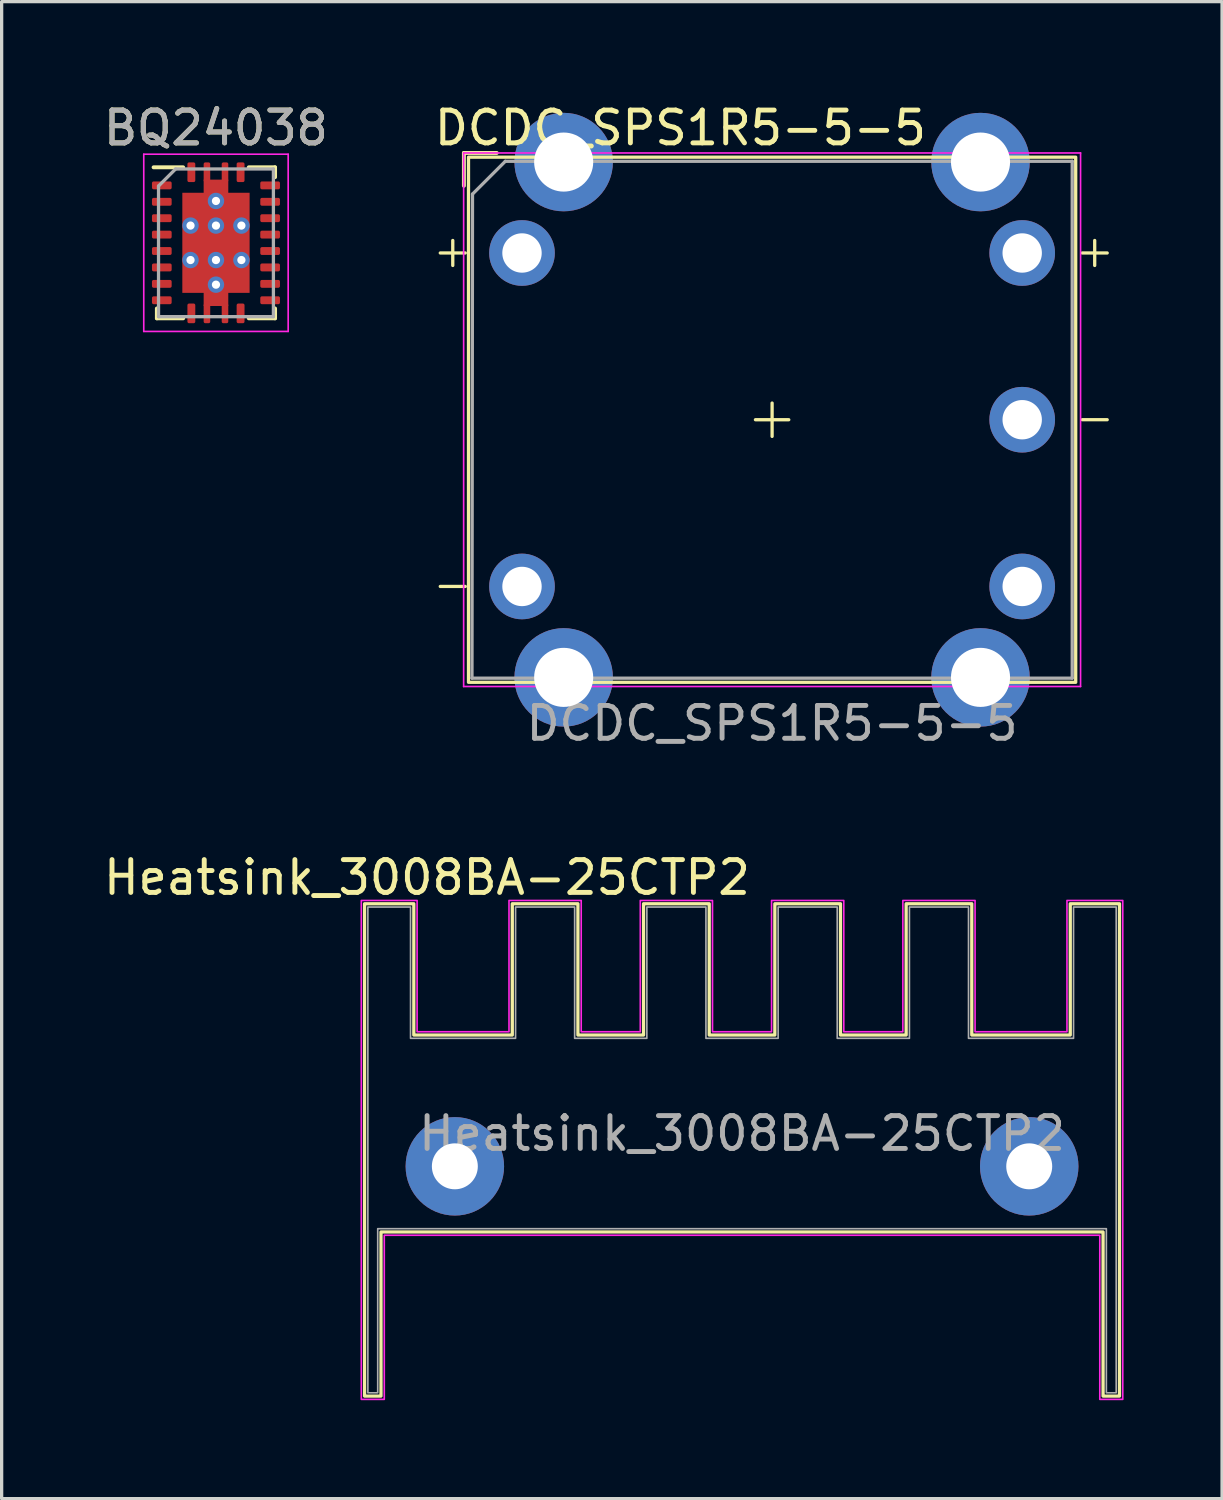
<source format=kicad_pcb>
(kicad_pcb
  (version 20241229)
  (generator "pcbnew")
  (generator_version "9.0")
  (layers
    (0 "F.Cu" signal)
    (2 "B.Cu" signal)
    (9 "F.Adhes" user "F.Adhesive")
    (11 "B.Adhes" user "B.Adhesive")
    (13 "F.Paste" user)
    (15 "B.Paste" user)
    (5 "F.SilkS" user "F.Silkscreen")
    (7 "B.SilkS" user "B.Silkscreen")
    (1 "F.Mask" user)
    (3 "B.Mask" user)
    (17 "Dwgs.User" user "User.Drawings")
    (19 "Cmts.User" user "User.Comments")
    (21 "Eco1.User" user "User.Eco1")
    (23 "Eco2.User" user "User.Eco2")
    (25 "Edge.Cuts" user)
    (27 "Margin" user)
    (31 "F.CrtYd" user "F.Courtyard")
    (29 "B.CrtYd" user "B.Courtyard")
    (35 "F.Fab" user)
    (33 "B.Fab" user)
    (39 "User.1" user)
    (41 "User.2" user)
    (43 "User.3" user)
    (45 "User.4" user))
  (footprint "Heatsink_3008BA-25CTP2"
    (layer "F.Cu")
    (at 19.558 32.485)
    (property "Reference" "Heatsink_3008BA-25CTP2" (at -9.6 -8.8 0) (layer "F.SilkS") (effects (font (size 1 1) (thickness 0.15))))
    (attr through_hole)
    (fp_poly (pts (xy -11.5 -8) (xy -10 -8) (xy -10 -4) (xy -7 -4) (xy -7 -8) (xy -5 -8) (xy -5 -4) (xy -3 -4) (xy -3 -8) (xy -1 -8) (xy -1 -4) (xy 1 -4) (xy 1 -8) (xy 3 -8) (xy 3 -4) (xy 5 -4) (xy 5 -8) (xy 7 -8) (xy 7 -4) (xy 10 -4) (xy 10 -8) (xy 11.5 -8) (xy 11.5 7) (xy 11 7) (xy 11 2) (xy -11 2) (xy -11 7) (xy -11.5 7)) (stroke (width 0.1) (type solid)) (fill no) (layer "F.SilkS"))
    (fp_poly (pts (xy -11.6 -8.1) (xy -9.9 -8.1) (xy -9.9 -4.1) (xy -7.1 -4.1) (xy -7.1 -8.1) (xy -4.9 -8.1) (xy -4.9 -4.1) (xy -3.1 -4.1) (xy -3.1 -8.1) (xy -0.9 -8.1) (xy -0.9 -4.1) (xy 0.9 -4.1) (xy 0.9 -8.1) (xy 3.1 -8.1) (xy 3.1 -4.1) (xy 4.9 -4.1) (xy 4.9 -8.1) (xy 7.1 -8.1) (xy 7.1 -4.1) (xy 9.9 -4.1) (xy 9.9 -8.1) (xy 11.6 -8.1) (xy 11.6 7.1) (xy 10.9 7.1) (xy 10.9 2.1) (xy -10.9 2.1) (xy -10.9 7.1) (xy -11.6 7.1)) (stroke (width 0.05) (type solid)) (fill no) (layer "F.CrtYd"))
    (fp_poly (pts (xy -11.4 -7.9) (xy -10.1 -7.9) (xy -10.1 -3.9) (xy -6.9 -3.9) (xy -6.9 -7.9) (xy -5.1 -7.9) (xy -5.1 -3.9) (xy -2.9 -3.9) (xy -2.9 -7.9) (xy -1.1 -7.9) (xy -1.1 -3.9) (xy 1.1 -3.9) (xy 1.1 -7.9) (xy 2.9 -7.9) (xy 2.9 -3.9) (xy 5.1 -3.9) (xy 5.1 -7.9) (xy 6.9 -7.9) (xy 6.9 -3.9) (xy 10.1 -3.9) (xy 10.1 -7.9) (xy 11.4 -7.9) (xy 11.4 6.9) (xy 11.1 6.9) (xy 11.1 1.9) (xy -11.1 1.9) (xy -11.1 6.9) (xy -11.4 6.9)) (stroke (width 0.05) (type solid)) (fill no) (layer "F.Fab"))
    (fp_text user "${REFERENCE}" (at 0 -1 0) (layer "F.Fab") (effects (font (size 1 1) (thickness 0.15))))
    (pad "1" thru_hole circle (at -8.75 0 180) (size 3 3) (drill 1.4) (layers "*.Cu" "*.Mask"))
    (pad "1" thru_hole circle (at 8.75 0) (size 3 3) (drill 1.4) (layers "*.Cu" "*.Mask")))
  (footprint "BQ24038"
    (layer "F.Cu")
    (at 3.53 4.348)
    (property "Reference" "BQ24038" (at 0 -3.5 0) (layer "F.SilkS") (effects (font (size 1 1) (thickness 0.15))))
    (attr smd)
    (fp_line (start -1.9 -2.3) (end -1 -2.3) (stroke (width 0.12) (type solid)) (layer "F.SilkS"))
    (fp_line (start -1.8 2) (end -1.8 2.3) (stroke (width 0.12) (type solid)) (layer "F.SilkS"))
    (fp_line (start -1.8 2.3) (end -1 2.3) (stroke (width 0.12) (type solid)) (layer "F.SilkS"))
    (fp_line (start 1 -2.3) (end 1.8 -2.3) (stroke (width 0.12) (type solid)) (layer "F.SilkS"))
    (fp_line (start 1 2.3) (end 1.8 2.3) (stroke (width 0.12) (type solid)) (layer "F.SilkS"))
    (fp_line (start 1.8 -2.3) (end 1.8 -2) (stroke (width 0.12) (type solid)) (layer "F.SilkS"))
    (fp_line (start 1.8 2) (end 1.8 2.3) (stroke (width 0.12) (type solid)) (layer "F.SilkS"))
    (fp_line (start -2.2 -2.7) (end -2.2 2.7) (stroke (width 0.05) (type solid)) (layer "F.CrtYd"))
    (fp_line (start -2.2 -2.7) (end 2.2 -2.7) (stroke (width 0.05) (type solid)) (layer "F.CrtYd"))
    (fp_line (start -2.2 2.7) (end 2.2 2.7) (stroke (width 0.05) (type solid)) (layer "F.CrtYd"))
    (fp_line (start 2.2 -2.7) (end 2.2 2.7) (stroke (width 0.05) (type solid)) (layer "F.CrtYd"))
    (fp_line (start -1.75 -1.73) (end -1.75 2.25) (stroke (width 0.1) (type solid)) (layer "F.Fab"))
    (fp_line (start -1.75 -1.73) (end -1.23 -2.25) (stroke (width 0.1) (type solid)) (layer "F.Fab"))
    (fp_line (start -1.75 2.25) (end 1.75 2.25) (stroke (width 0.1) (type solid)) (layer "F.Fab"))
    (fp_line (start -1.23 -2.25) (end 1.75 -2.25) (stroke (width 0.1) (type solid)) (layer "F.Fab"))
    (fp_line (start 1.75 -2.25) (end 1.75 2.25) (stroke (width 0.1) (type solid)) (layer "F.Fab"))
    (fp_text user "${REFERENCE}" (at 0 -3.5 0) (layer "F.Fab") (effects (font (size 1 1) (thickness 0.15))))
    (pad "" smd rect (at -0.56 -1.05) (size 0.92 0.85) (layers "F.Paste"))
    (pad "" smd rect (at -0.56 0) (size 0.92 0.85) (layers "F.Paste"))
    (pad "" smd rect (at -0.56 1.05) (size 0.92 0.85) (layers "F.Paste"))
    (pad "" smd rect (at 0 -1.8) (size 0.75 0.25) (layers "F.Paste"))
    (pad "" smd rect (at 0 1.8) (size 0.75 0.25) (layers "F.Paste"))
    (pad "" smd rect (at 0.56 -1.05) (size 0.92 0.85) (layers "F.Paste"))
    (pad "" smd rect (at 0.56 0) (size 0.92 0.85) (layers "F.Paste"))
    (pad "" smd rect (at 0.56 1.05) (size 0.92 0.85) (layers "F.Paste"))
    (pad "1" smd roundrect (at -0.75 -2.15) (size 0.24 0.6) (layers "F.Cu" "F.Mask" "F.Paste") (roundrect_rratio 0.21))
    (pad "2" smd roundrect (at -1.65 -1.75) (size 0.6 0.24) (layers "F.Cu" "F.Mask" "F.Paste") (roundrect_rratio 0.21))
    (pad "3" smd roundrect (at -1.65 -1.25) (size 0.6 0.24) (layers "F.Cu" "F.Mask" "F.Paste") (roundrect_rratio 0.21))
    (pad "4" smd roundrect (at -1.65 -0.75) (size 0.6 0.24) (layers "F.Cu" "F.Mask" "F.Paste") (roundrect_rratio 0.21))
    (pad "5" smd roundrect (at -1.65 -0.25) (size 0.6 0.24) (layers "F.Cu" "F.Mask" "F.Paste") (roundrect_rratio 0.21))
    (pad "6" smd roundrect (at -1.65 0.25) (size 0.6 0.24) (layers "F.Cu" "F.Mask" "F.Paste") (roundrect_rratio 0.21))
    (pad "7" smd roundrect (at -1.65 0.75) (size 0.6 0.24) (layers "F.Cu" "F.Mask" "F.Paste") (roundrect_rratio 0.21))
    (pad "8" smd roundrect (at -1.65 1.25) (size 0.6 0.24) (layers "F.Cu" "F.Mask" "F.Paste") (roundrect_rratio 0.21))
    (pad "9" smd roundrect (at -1.65 1.75) (size 0.6 0.24) (layers "F.Cu" "F.Mask" "F.Paste") (roundrect_rratio 0.21))
    (pad "10" smd roundrect (at -0.75 2.15) (size 0.24 0.6) (layers "F.Cu" "F.Mask" "F.Paste") (roundrect_rratio 0.21))
    (pad "11" smd roundrect (at 0.75 2.15) (size 0.24 0.6) (layers "F.Cu" "F.Mask" "F.Paste") (roundrect_rratio 0.21))
    (pad "12" smd roundrect (at 1.65 1.75) (size 0.6 0.24) (layers "F.Cu" "F.Mask" "F.Paste") (roundrect_rratio 0.21))
    (pad "13" smd roundrect (at 1.65 1.25) (size 0.6 0.24) (layers "F.Cu" "F.Mask" "F.Paste") (roundrect_rratio 0.21))
    (pad "14" smd roundrect (at 1.65 0.75) (size 0.6 0.24) (layers "F.Cu" "F.Mask" "F.Paste") (roundrect_rratio 0.21))
    (pad "15" smd roundrect (at 1.65 0.25) (size 0.6 0.24) (layers "F.Cu" "F.Mask" "F.Paste") (roundrect_rratio 0.21))
    (pad "16" smd roundrect (at 1.65 -0.25) (size 0.6 0.24) (layers "F.Cu" "F.Mask" "F.Paste") (roundrect_rratio 0.21))
    (pad "17" smd roundrect (at 1.65 -0.75) (size 0.6 0.24) (layers "F.Cu" "F.Mask" "F.Paste") (roundrect_rratio 0.21))
    (pad "18" smd roundrect (at 1.65 -1.25) (size 0.6 0.24) (layers "F.Cu" "F.Mask" "F.Paste") (roundrect_rratio 0.21))
    (pad "19" smd roundrect (at 1.65 -1.75) (size 0.6 0.24) (layers "F.Cu" "F.Mask" "F.Paste") (roundrect_rratio 0.21))
    (pad "20" smd roundrect (at 0.75 -2.15) (size 0.24 0.6) (layers "F.Cu" "F.Mask" "F.Paste") (roundrect_rratio 0.21))
    (pad "21" thru_hole circle (at -0.775 -0.525) (size 0.5 0.5) (drill 0.25) (layers "*.Cu"))
    (pad "21" thru_hole circle (at -0.775 0.525) (size 0.5 0.5) (drill 0.25) (layers "*.Cu"))
    (pad "21" smd roundrect (at -0.275 -2.15) (size 0.2 0.6) (layers "F.Cu" "F.Mask" "F.Paste") (roundrect_rratio 0.25))
    (pad "21" smd roundrect (at -0.275 2.15) (size 0.2 0.6) (layers "F.Cu" "F.Mask" "F.Paste") (roundrect_rratio 0.25))
    (pad "21" thru_hole circle (at 0 -1.275) (size 0.5 0.5) (drill 0.25) (layers "*.Cu"))
    (pad "21" thru_hole circle (at 0 -0.525) (size 0.5 0.5) (drill 0.25) (layers "*.Cu"))
    (pad "21" smd custom (at 0 0) (size 1.524 1.524) (layers "F.Cu" "F.Mask") (options (anchor rect)) (primitives (gr_poly (pts (xy 0.375 -1.525) (xy 1.025 -1.525) (xy 1.025 1.525) (xy 0.375 1.525) (xy 0.375 1.925) (xy -0.375 1.925) (xy -0.375 1.525) (xy -1.025 1.525) (xy -1.025 -1.525) (xy -0.375 -1.525) (xy -0.375 -1.925) (xy 0.375 -1.925)) (width 0) (fill yes))))
    (pad "21" thru_hole circle (at 0 0.525) (size 0.5 0.5) (drill 0.25) (layers "*.Cu"))
    (pad "21" thru_hole circle (at 0 1.275) (size 0.5 0.5) (drill 0.25) (layers "*.Cu"))
    (pad "21" smd roundrect (at 0.275 -2.15) (size 0.2 0.6) (layers "F.Cu" "F.Mask" "F.Paste") (roundrect_rratio 0.25))
    (pad "21" smd roundrect (at 0.275 2.15) (size 0.2 0.6) (layers "F.Cu" "F.Mask" "F.Paste") (roundrect_rratio 0.25))
    (pad "21" thru_hole circle (at 0.775 -0.525) (size 0.5 0.5) (drill 0.25) (layers "*.Cu"))
    (pad "21" thru_hole circle (at 0.775 0.525) (size 0.5 0.5) (drill 0.25) (layers "*.Cu")))
  (footprint "DCDC_SPS1R5-5-5"
    (layer "F.Cu")
    (at 20.474 9.738)
    (property "Reference" "DCDC_SPS1R5-5-5" (at -2.794 -8.89 0) (layer "F.SilkS") (effects (font (size 1 1) (thickness 0.15))))
    (attr through_hole)
    (fp_line (start -9.39 -8.128) (end -8.39 -8.128) (stroke (width 0.12) (type solid)) (layer "F.SilkS"))
    (fp_line (start -9.39 -7.128) (end -9.39 -8.128) (stroke (width 0.12) (type solid)) (layer "F.SilkS"))
    (fp_line (start -0.508 0) (end 0.508 0) (stroke (width 0.1) (type default)) (layer "F.SilkS"))
    (fp_line (start 0 -0.508) (end 0 0.508) (stroke (width 0.1) (type default)) (layer "F.SilkS"))
    (fp_rect (start -9.25 -8) (end 9.25 8) (stroke (width 0.1) (type default)) (fill no) (layer "F.SilkS"))
    (fp_line (start -9.398 -8.128) (end 9.398 -8.128) (stroke (width 0.05) (type solid)) (layer "F.CrtYd"))
    (fp_line (start -9.398 8.128) (end -9.398 -8.128) (stroke (width 0.05) (type solid)) (layer "F.CrtYd"))
    (fp_line (start 9.398 -8.128) (end 9.398 8.128) (stroke (width 0.05) (type solid)) (layer "F.CrtYd"))
    (fp_line (start 9.398 8.128) (end -9.398 8.128) (stroke (width 0.05) (type solid)) (layer "F.CrtYd"))
    (fp_line (start -9.144 7.874) (end -9.128 -6.874) (stroke (width 0.1) (type solid)) (layer "F.Fab"))
    (fp_line (start -8.128 -7.874) (end -9.128 -6.874) (stroke (width 0.1) (type solid)) (layer "F.Fab"))
    (fp_line (start -8.128 -7.874) (end 9.144 -7.874) (stroke (width 0.1) (type solid)) (layer "F.Fab"))
    (fp_line (start 9.144 -7.874) (end 9.144 7.874) (stroke (width 0.1) (type solid)) (layer "F.Fab"))
    (fp_line (start 9.144 7.874) (end -9.144 7.874) (stroke (width 0.1) (type solid)) (layer "F.Fab"))
    (fp_text user "+" (at 9.144 -4.572 0) (unlocked yes) (layer "F.SilkS") (effects (font (size 1 1) (thickness 0.1)) (justify left bottom)))
    (fp_text user "+" (at -10.414 -4.572 0) (unlocked yes) (layer "F.SilkS") (effects (font (size 1 1) (thickness 0.1)) (justify left bottom)))
    (fp_text user "-" (at 9.144 0.508 0) (unlocked yes) (layer "F.SilkS") (effects (font (size 1 1) (thickness 0.1)) (justify left bottom)))
    (fp_text user "-" (at -10.414 5.588 0) (unlocked yes) (layer "F.SilkS") (effects (font (size 1 1) (thickness 0.1)) (justify left bottom)))
    (fp_text user "${REFERENCE}" (at 0 9.25 0) (layer "F.Fab") (effects (font (size 1 1) (thickness 0.15))))
    (pad "1" thru_hole circle (at -7.62 -5.08) (size 2 2) (drill 1.2) (layers "*.Cu" "*.Mask"))
    (pad "2" thru_hole circle (at -7.62 5.08) (size 2 2) (drill 1.2) (layers "*.Cu" "*.Mask"))
    (pad "3" thru_hole circle (at 7.62 5.08) (size 2 2) (drill 1.2) (layers "*.Cu" "*.Mask"))
    (pad "4" thru_hole circle (at 7.62 0) (size 2 2) (drill 1.2) (layers "*.Cu" "*.Mask"))
    (pad "5" thru_hole circle (at 7.62 -5.08) (size 2 2) (drill 1.2) (layers "*.Cu" "*.Mask"))
    (pad "SH" thru_hole circle (at -6.35 -7.85) (size 3 3) (drill 1.8) (layers "*.Cu" "*.Mask"))
    (pad "SH" thru_hole circle (at -6.35 7.85) (size 3 3) (drill 1.8) (layers "*.Cu" "*.Mask"))
    (pad "SH" thru_hole circle (at 6.35 -7.85) (size 3 3) (drill 1.8) (layers "*.Cu" "*.Mask"))
    (pad "SH" thru_hole circle (at 6.35 7.85) (size 3 3) (drill 1.8) (layers "*.Cu" "*.Mask"))
    (zone (net_name "") (layer "F.SilkS") (name "KEEPOUT") (hatch edge 0.5) (connect_pads) (min_thickness 0.25) (filled_areas_thickness no) (keepout (tracks not_allowed) (vias not_allowed) (pads not_allowed) (copperpour not_allowed) (footprints not_allowed)) (placement (enabled no)) (fill) (polygon (pts (xy 17.974 2.238) (xy 17.974 17.238) (xy 22.974 17.238) (xy 22.974 2.238)))))
  (gr_rect
    (start -3 -3)
    (end 34.183 42.61)
    (stroke (width 0.1) (type default))
    (fill no)
    (layer "Edge.Cuts")))
</source>
